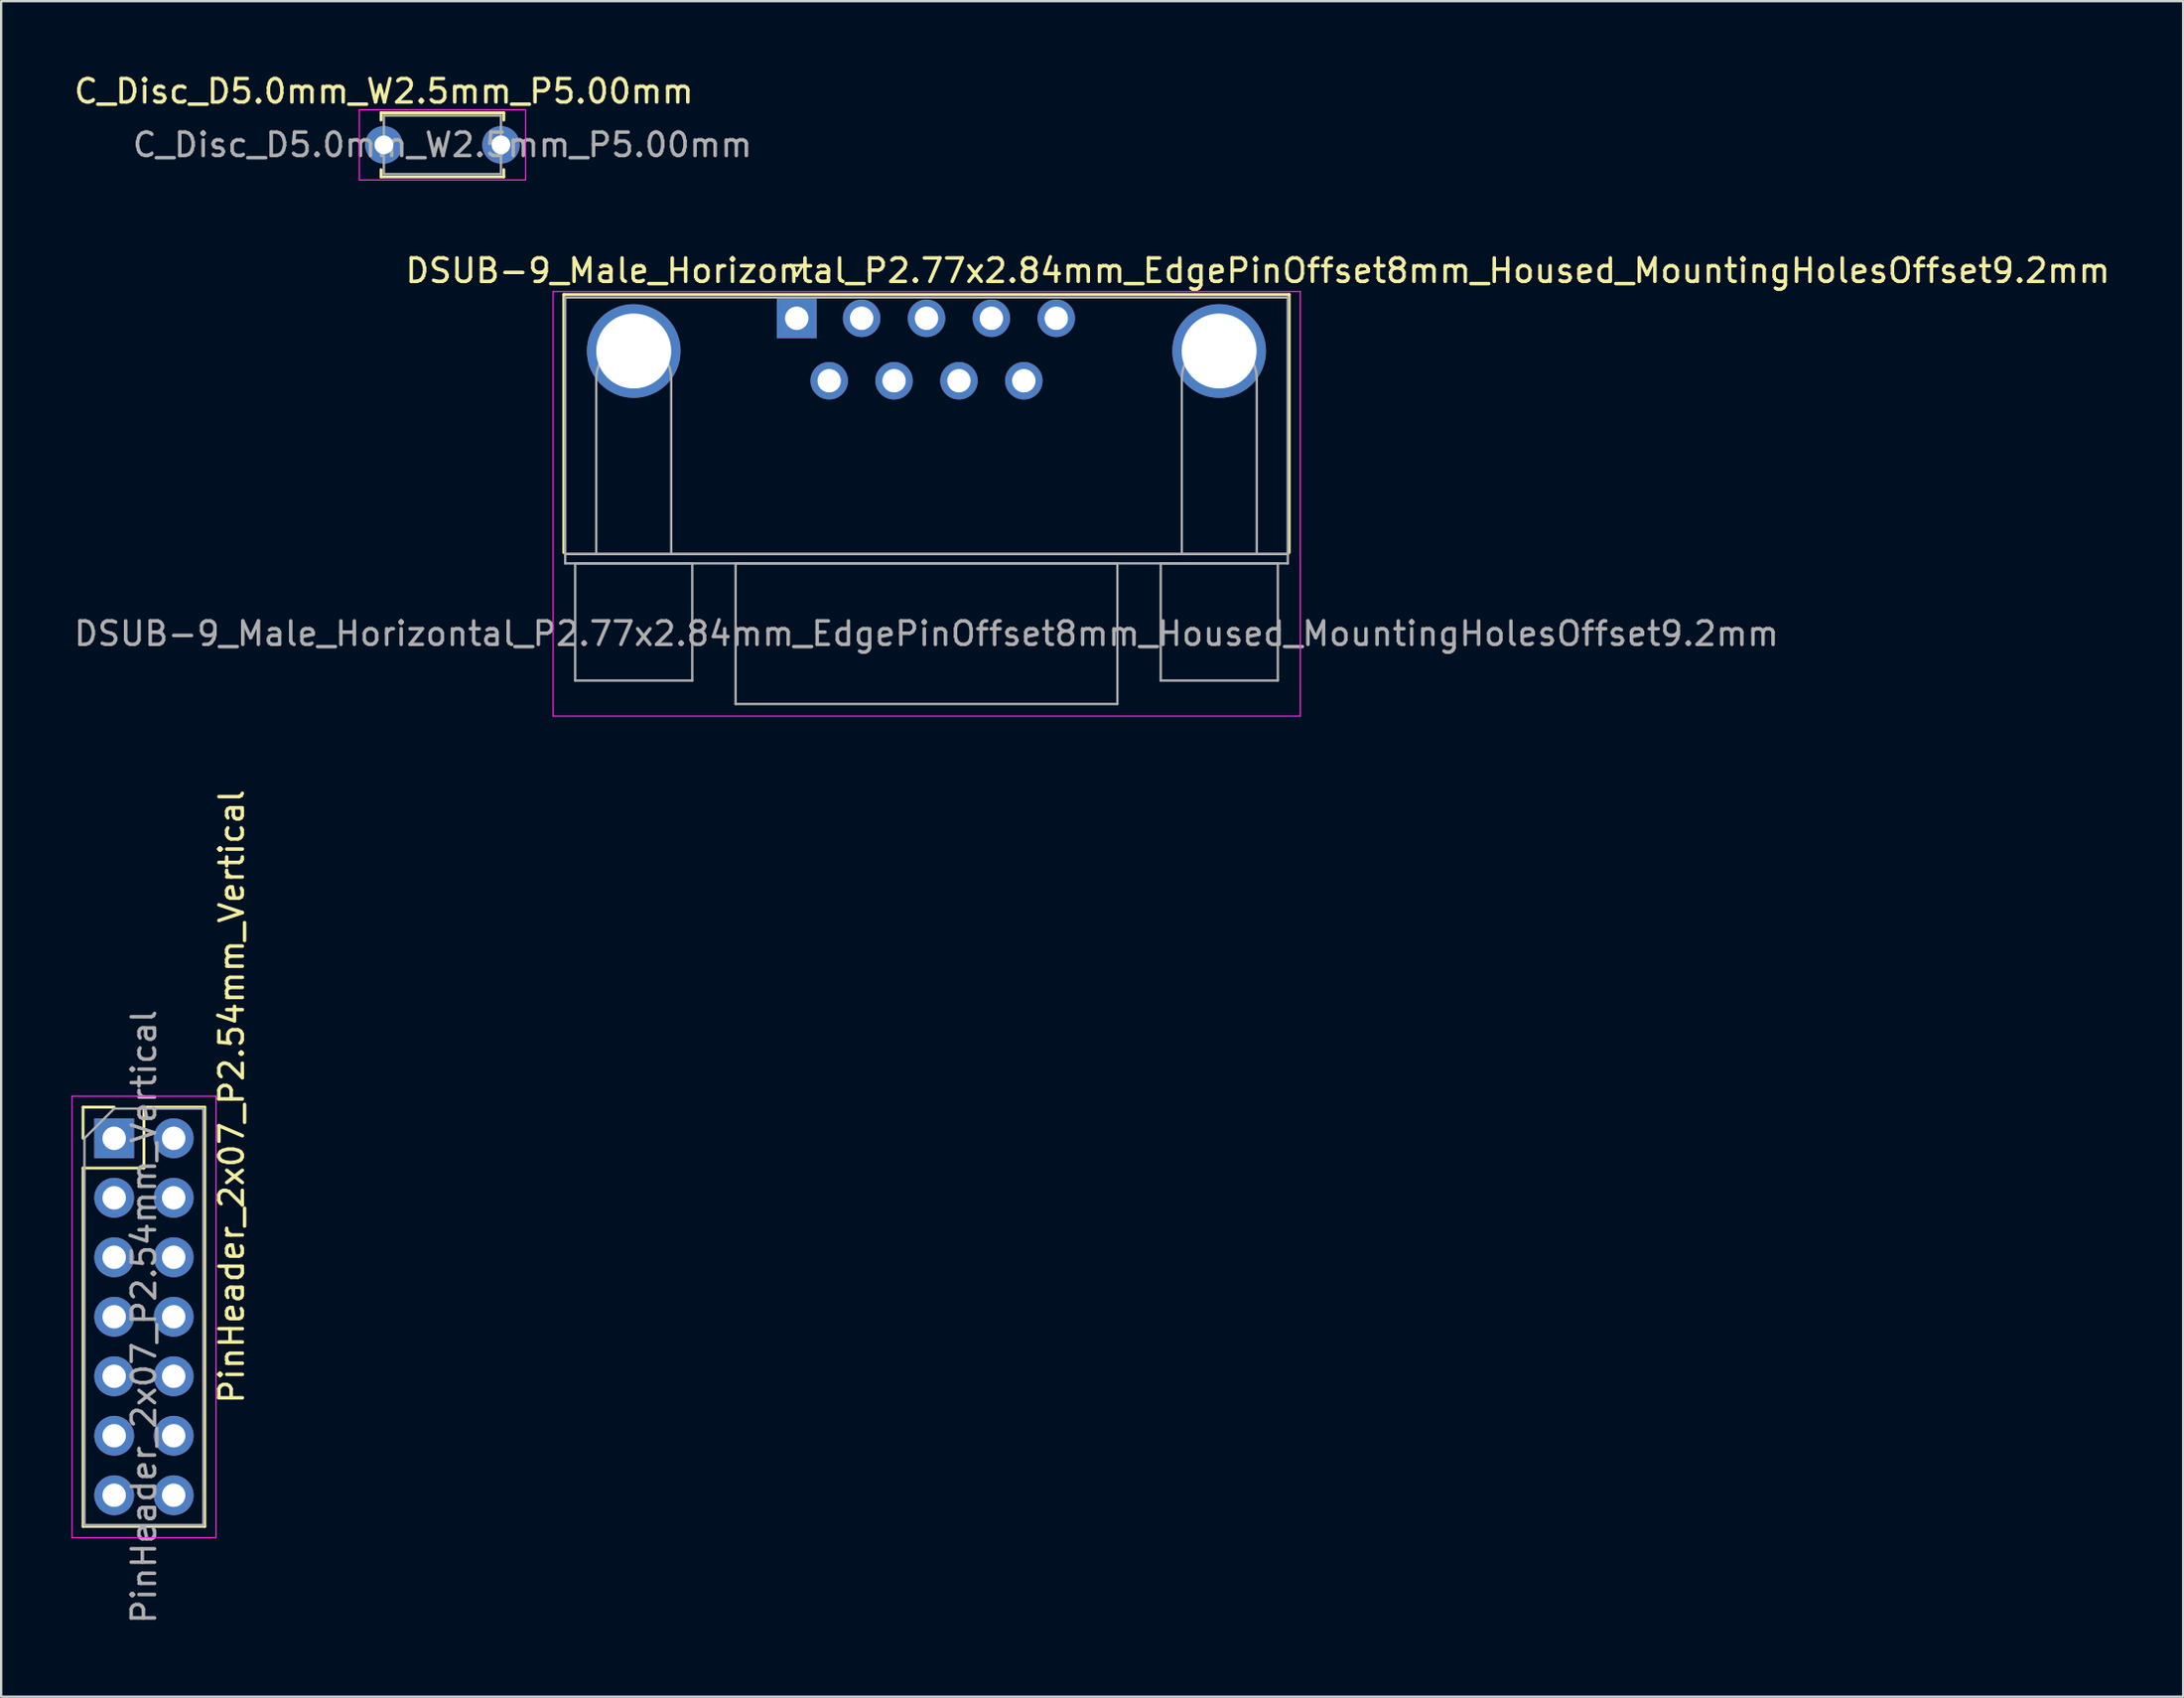
<source format=kicad_pcb>
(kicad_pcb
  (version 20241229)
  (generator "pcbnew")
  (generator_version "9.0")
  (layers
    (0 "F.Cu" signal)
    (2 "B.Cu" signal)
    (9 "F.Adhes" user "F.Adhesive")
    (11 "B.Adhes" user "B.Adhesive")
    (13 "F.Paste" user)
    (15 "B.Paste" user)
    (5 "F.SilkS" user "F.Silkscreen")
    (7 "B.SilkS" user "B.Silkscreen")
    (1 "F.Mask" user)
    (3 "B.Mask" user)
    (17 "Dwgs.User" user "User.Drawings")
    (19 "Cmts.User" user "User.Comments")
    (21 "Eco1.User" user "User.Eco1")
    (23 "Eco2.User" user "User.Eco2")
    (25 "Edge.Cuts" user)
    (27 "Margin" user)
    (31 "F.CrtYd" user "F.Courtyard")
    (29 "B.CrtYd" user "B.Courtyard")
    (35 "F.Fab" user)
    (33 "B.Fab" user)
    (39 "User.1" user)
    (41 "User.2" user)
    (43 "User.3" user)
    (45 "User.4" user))
  (footprint "C_Disc_D5.0mm_W2.5mm_P5.00mm"
    (layer "F.Cu")
    (at 13.339 3.134)
    (property "Reference" "C_Disc_D5.0mm_W2.5mm_P5.00mm" (at 0 -2.286 0) (layer "F.SilkS") (effects (font (size 1 1) (thickness 0.15))))
    (attr through_hole)
    (fp_line (start -0.12 -1.37) (end -0.12 -1.055) (stroke (width 0.12) (type solid)) (layer "F.SilkS"))
    (fp_line (start -0.12 -1.37) (end 5.12 -1.37) (stroke (width 0.12) (type solid)) (layer "F.SilkS"))
    (fp_line (start -0.12 1.055) (end -0.12 1.37) (stroke (width 0.12) (type solid)) (layer "F.SilkS"))
    (fp_line (start -0.12 1.37) (end 5.12 1.37) (stroke (width 0.12) (type solid)) (layer "F.SilkS"))
    (fp_line (start 5.12 -1.37) (end 5.12 -1.055) (stroke (width 0.12) (type solid)) (layer "F.SilkS"))
    (fp_line (start 5.12 1.055) (end 5.12 1.37) (stroke (width 0.12) (type solid)) (layer "F.SilkS"))
    (fp_line (start -1.05 -1.5) (end -1.05 1.5) (stroke (width 0.05) (type solid)) (layer "F.CrtYd"))
    (fp_line (start -1.05 1.5) (end 6.05 1.5) (stroke (width 0.05) (type solid)) (layer "F.CrtYd"))
    (fp_line (start 6.05 -1.5) (end -1.05 -1.5) (stroke (width 0.05) (type solid)) (layer "F.CrtYd"))
    (fp_line (start 6.05 1.5) (end 6.05 -1.5) (stroke (width 0.05) (type solid)) (layer "F.CrtYd"))
    (fp_line (start 0 -1.25) (end 0 1.25) (stroke (width 0.1) (type solid)) (layer "F.Fab"))
    (fp_line (start 0 1.25) (end 5 1.25) (stroke (width 0.1) (type solid)) (layer "F.Fab"))
    (fp_line (start 5 -1.25) (end 0 -1.25) (stroke (width 0.1) (type solid)) (layer "F.Fab"))
    (fp_line (start 5 1.25) (end 5 -1.25) (stroke (width 0.1) (type solid)) (layer "F.Fab"))
    (fp_text user "${REFERENCE}" (at 2.5 0 0) (layer "F.Fab") (effects (font (size 1 1) (thickness 0.15))))
    (pad "1" thru_hole circle (at 0 0) (size 1.6 1.6) (drill 0.8) (layers "*.Cu" "*.Mask"))
    (pad "2" thru_hole circle (at 5 0) (size 1.6 1.6) (drill 0.8) (layers "*.Cu" "*.Mask")))
  (footprint "PinHeader_2x07_P2.54mm_Vertical"
    (layer "F.Cu")
    (at 1.825 45.549)
    (property "Reference" "PinHeader_2x07_P2.54mm_Vertical" (at 5.016 -1.778 90) (layer "F.SilkS") (effects (font (size 1 1) (thickness 0.15))))
    (attr through_hole)
    (fp_line (start -1.33 -1.33) (end 0 -1.33) (stroke (width 0.12) (type solid)) (layer "F.SilkS"))
    (fp_line (start -1.33 0) (end -1.33 -1.33) (stroke (width 0.12) (type solid)) (layer "F.SilkS"))
    (fp_line (start -1.33 1.27) (end -1.33 16.57) (stroke (width 0.12) (type solid)) (layer "F.SilkS"))
    (fp_line (start -1.33 1.27) (end 1.27 1.27) (stroke (width 0.12) (type solid)) (layer "F.SilkS"))
    (fp_line (start -1.33 16.57) (end 3.87 16.57) (stroke (width 0.12) (type solid)) (layer "F.SilkS"))
    (fp_line (start 1.27 -1.33) (end 3.87 -1.33) (stroke (width 0.12) (type solid)) (layer "F.SilkS"))
    (fp_line (start 1.27 1.27) (end 1.27 -1.33) (stroke (width 0.12) (type solid)) (layer "F.SilkS"))
    (fp_line (start 3.87 -1.33) (end 3.87 16.57) (stroke (width 0.12) (type solid)) (layer "F.SilkS"))
    (fp_line (start -1.8 -1.8) (end -1.8 17.05) (stroke (width 0.05) (type solid)) (layer "F.CrtYd"))
    (fp_line (start -1.8 17.05) (end 4.35 17.05) (stroke (width 0.05) (type solid)) (layer "F.CrtYd"))
    (fp_line (start 4.35 -1.8) (end -1.8 -1.8) (stroke (width 0.05) (type solid)) (layer "F.CrtYd"))
    (fp_line (start 4.35 17.05) (end 4.35 -1.8) (stroke (width 0.05) (type solid)) (layer "F.CrtYd"))
    (fp_line (start -1.27 0) (end 0 -1.27) (stroke (width 0.1) (type solid)) (layer "F.Fab"))
    (fp_line (start -1.27 16.51) (end -1.27 0) (stroke (width 0.1) (type solid)) (layer "F.Fab"))
    (fp_line (start 0 -1.27) (end 3.81 -1.27) (stroke (width 0.1) (type solid)) (layer "F.Fab"))
    (fp_line (start 3.81 -1.27) (end 3.81 16.51) (stroke (width 0.1) (type solid)) (layer "F.Fab"))
    (fp_line (start 3.81 16.51) (end -1.27 16.51) (stroke (width 0.1) (type solid)) (layer "F.Fab"))
    (fp_text user "${REFERENCE}" (at 1.27 7.62 90) (layer "F.Fab") (effects (font (size 1 1) (thickness 0.15))))
    (pad "1" thru_hole rect (at 0 0) (size 1.7 1.7) (drill 1) (layers "*.Cu" "*.Mask"))
    (pad "2" thru_hole oval (at 2.54 0) (size 1.7 1.7) (drill 1) (layers "*.Cu" "*.Mask"))
    (pad "3" thru_hole oval (at 0 2.54) (size 1.7 1.7) (drill 1) (layers "*.Cu" "*.Mask"))
    (pad "4" thru_hole oval (at 2.54 2.54) (size 1.7 1.7) (drill 1) (layers "*.Cu" "*.Mask"))
    (pad "5" thru_hole oval (at 0 5.08) (size 1.7 1.7) (drill 1) (layers "*.Cu" "*.Mask"))
    (pad "6" thru_hole oval (at 2.54 5.08) (size 1.7 1.7) (drill 1) (layers "*.Cu" "*.Mask"))
    (pad "7" thru_hole oval (at 0 7.62) (size 1.7 1.7) (drill 1) (layers "*.Cu" "*.Mask"))
    (pad "8" thru_hole oval (at 2.54 7.62) (size 1.7 1.7) (drill 1) (layers "*.Cu" "*.Mask"))
    (pad "9" thru_hole oval (at 0 10.16) (size 1.7 1.7) (drill 1) (layers "*.Cu" "*.Mask"))
    (pad "10" thru_hole oval (at 2.54 10.16) (size 1.7 1.7) (drill 1) (layers "*.Cu" "*.Mask"))
    (pad "11" thru_hole oval (at 0 12.7) (size 1.7 1.7) (drill 1) (layers "*.Cu" "*.Mask"))
    (pad "12" thru_hole oval (at 2.54 12.7) (size 1.7 1.7) (drill 1) (layers "*.Cu" "*.Mask"))
    (pad "13" thru_hole oval (at 0 15.24) (size 1.7 1.7) (drill 1) (layers "*.Cu" "*.Mask"))
    (pad "14" thru_hole oval (at 2.54 15.24) (size 1.7 1.7) (drill 1) (layers "*.Cu" "*.Mask")))
  (footprint "DSUB-9_Male_Horizontal_P2.77x2.84mm_EdgePinOffset8mm_Housed_MountingHolesOffset9.2mm"
    (layer "F.Cu")
    (at 30.966 12.825)
    (property "Reference" "DSUB-9_Male_Horizontal_P2.77x2.84mm_EdgePinOffset8mm_Housed_MountingHolesOffset9.2mm" (at 19.685 -4.318 180) (layer "F.SilkS") (effects (font (size 1 1) (thickness 0.15))))
    (attr through_hole)
    (fp_line (start -9.945 -3.302) (end 21.025 -3.302) (stroke (width 0.12) (type solid)) (layer "F.SilkS"))
    (fp_line (start -9.945 7.72) (end -9.945 -3.302) (stroke (width 0.12) (type solid)) (layer "F.SilkS"))
    (fp_line (start -0.25 -4.543) (end 0.25 -4.543) (stroke (width 0.12) (type solid)) (layer "F.SilkS"))
    (fp_line (start 0 -4.11) (end -0.25 -4.543) (stroke (width 0.12) (type solid)) (layer "F.SilkS"))
    (fp_line (start 0.25 -4.543) (end 0 -4.11) (stroke (width 0.12) (type solid)) (layer "F.SilkS"))
    (fp_line (start 21.025 -3.302) (end 21.025 7.72) (stroke (width 0.12) (type solid)) (layer "F.SilkS"))
    (fp_line (start -10.4 -3.429) (end -10.4 14.7) (stroke (width 0.05) (type solid)) (layer "F.CrtYd"))
    (fp_line (start -10.4 14.7) (end 21.5 14.7) (stroke (width 0.05) (type solid)) (layer "F.CrtYd"))
    (fp_line (start 21.5 -3.429) (end -10.4 -3.429) (stroke (width 0.05) (type solid)) (layer "F.CrtYd"))
    (fp_line (start 21.5 14.7) (end 21.5 -3.429) (stroke (width 0.05) (type solid)) (layer "F.CrtYd"))
    (fp_line (start -9.885 -3.175) (end -9.885 7.78) (stroke (width 0.1) (type solid)) (layer "F.Fab"))
    (fp_line (start -9.885 7.78) (end -9.885 8.18) (stroke (width 0.1) (type solid)) (layer "F.Fab"))
    (fp_line (start -9.885 7.78) (end 20.965 7.78) (stroke (width 0.1) (type solid)) (layer "F.Fab"))
    (fp_line (start -9.885 8.18) (end 20.965 8.18) (stroke (width 0.1) (type solid)) (layer "F.Fab"))
    (fp_line (start -9.46 8.18) (end -9.46 13.18) (stroke (width 0.1) (type solid)) (layer "F.Fab"))
    (fp_line (start -9.46 13.18) (end -4.46 13.18) (stroke (width 0.1) (type solid)) (layer "F.Fab"))
    (fp_line (start -8.56 7.78) (end -8.56 0.3) (stroke (width 0.1) (type solid)) (layer "F.Fab"))
    (fp_line (start -5.36 7.78) (end -5.36 0.3) (stroke (width 0.1) (type solid)) (layer "F.Fab"))
    (fp_line (start -4.46 8.18) (end -9.46 8.18) (stroke (width 0.1) (type solid)) (layer "F.Fab"))
    (fp_line (start -4.46 13.18) (end -4.46 8.18) (stroke (width 0.1) (type solid)) (layer "F.Fab"))
    (fp_line (start -2.61 8.18) (end -2.61 14.18) (stroke (width 0.1) (type solid)) (layer "F.Fab"))
    (fp_line (start -2.61 14.18) (end 13.69 14.18) (stroke (width 0.1) (type solid)) (layer "F.Fab"))
    (fp_line (start 13.69 8.18) (end -2.61 8.18) (stroke (width 0.1) (type solid)) (layer "F.Fab"))
    (fp_line (start 13.69 14.18) (end 13.69 8.18) (stroke (width 0.1) (type solid)) (layer "F.Fab"))
    (fp_line (start 15.54 8.18) (end 15.54 13.18) (stroke (width 0.1) (type solid)) (layer "F.Fab"))
    (fp_line (start 15.54 13.18) (end 20.54 13.18) (stroke (width 0.1) (type solid)) (layer "F.Fab"))
    (fp_line (start 16.44 7.78) (end 16.44 0.3) (stroke (width 0.1) (type solid)) (layer "F.Fab"))
    (fp_line (start 19.64 7.78) (end 19.64 0.3) (stroke (width 0.1) (type solid)) (layer "F.Fab"))
    (fp_line (start 20.54 8.18) (end 15.54 8.18) (stroke (width 0.1) (type solid)) (layer "F.Fab"))
    (fp_line (start 20.54 13.18) (end 20.54 8.18) (stroke (width 0.1) (type solid)) (layer "F.Fab"))
    (fp_line (start 20.955 -3.175) (end -9.895 -3.175) (stroke (width 0.1) (type solid)) (layer "F.Fab"))
    (fp_line (start 20.965 7.78) (end -9.885 7.78) (stroke (width 0.1) (type solid)) (layer "F.Fab"))
    (fp_line (start 20.965 7.78) (end 20.965 -3.175) (stroke (width 0.1) (type solid)) (layer "F.Fab"))
    (fp_line (start 20.965 8.18) (end 20.965 7.78) (stroke (width 0.1) (type solid)) (layer "F.Fab"))
    (fp_arc (start -8.56 0.3) (mid -6.96 -1.3) (end -5.36 0.3) (stroke (width 0.1) (type solid)) (layer "F.Fab"))
    (fp_arc (start 16.44 0.3) (mid 18.04 -1.3) (end 19.64 0.3) (stroke (width 0.1) (type solid)) (layer "F.Fab"))
    (fp_text user "${REFERENCE}" (at 5.54 11.18 180) (layer "F.Fab") (effects (font (size 1 1) (thickness 0.15))))
    (pad "0" thru_hole circle (at -6.96 -0.889) (size 4 4) (drill 3.2) (layers "*.Cu" "*.Mask"))
    (pad "0" thru_hole circle (at 18.034 -0.889) (size 4 4) (drill 3.2) (layers "*.Cu" "*.Mask"))
    (pad "1" thru_hole rect (at 0 -2.286) (size 1.7 1.7) (drill 1) (layers "*.Cu" "*.Mask"))
    (pad "2" thru_hole circle (at 2.77 -2.286) (size 1.6 1.6) (drill 1) (layers "*.Cu" "*.Mask"))
    (pad "3" thru_hole circle (at 5.54 -2.286) (size 1.6 1.6) (drill 1) (layers "*.Cu" "*.Mask"))
    (pad "4" thru_hole circle (at 8.31 -2.286) (size 1.6 1.6) (drill 1) (layers "*.Cu" "*.Mask"))
    (pad "5" thru_hole circle (at 11.08 -2.286) (size 1.6 1.6) (drill 1) (layers "*.Cu" "*.Mask"))
    (pad "6" thru_hole circle (at 1.385 0.381) (size 1.6 1.6) (drill 1) (layers "*.Cu" "*.Mask"))
    (pad "7" thru_hole circle (at 4.155 0.381) (size 1.6 1.6) (drill 1) (layers "*.Cu" "*.Mask"))
    (pad "8" thru_hole circle (at 6.925 0.381) (size 1.6 1.6) (drill 1) (layers "*.Cu" "*.Mask"))
    (pad "9" thru_hole circle (at 9.695 0.381) (size 1.6 1.6) (drill 1) (layers "*.Cu" "*.Mask")))
  (gr_rect
    (start -3 -3)
    (end 90.157 69.389)
    (stroke (width 0.1) (type default))
    (fill no)
    (layer "Edge.Cuts")))
</source>
